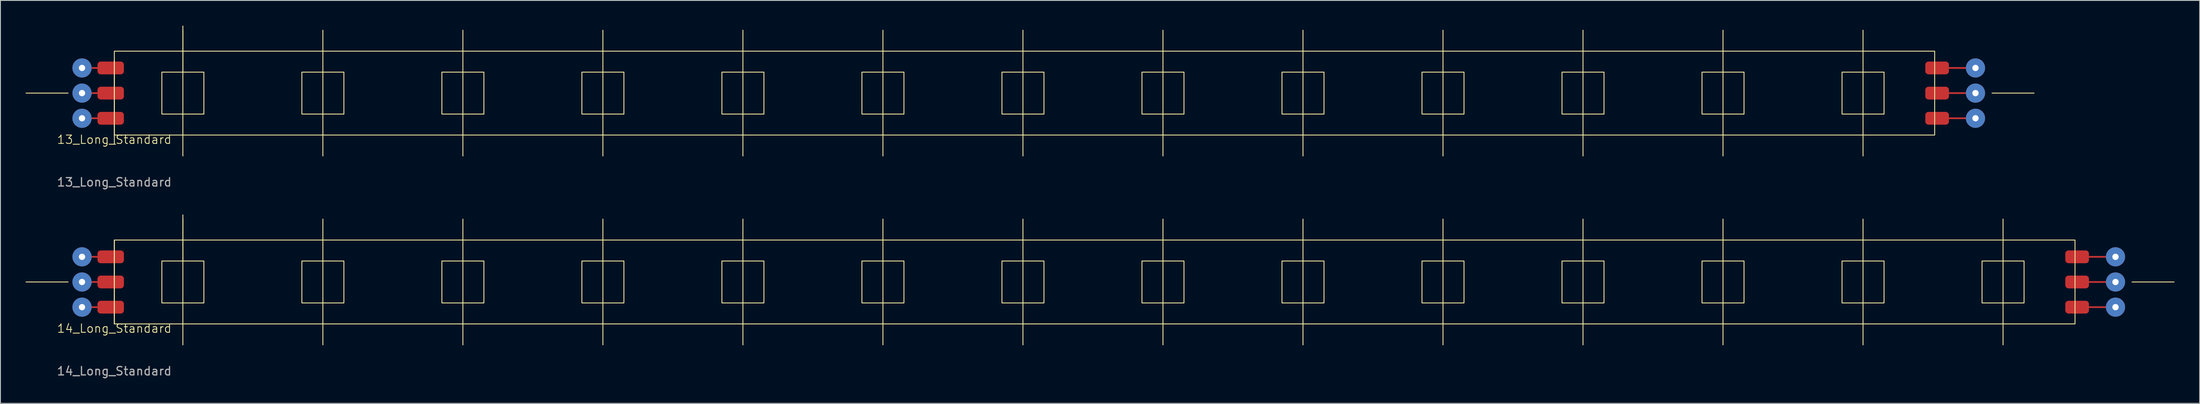
<source format=kicad_pcb>
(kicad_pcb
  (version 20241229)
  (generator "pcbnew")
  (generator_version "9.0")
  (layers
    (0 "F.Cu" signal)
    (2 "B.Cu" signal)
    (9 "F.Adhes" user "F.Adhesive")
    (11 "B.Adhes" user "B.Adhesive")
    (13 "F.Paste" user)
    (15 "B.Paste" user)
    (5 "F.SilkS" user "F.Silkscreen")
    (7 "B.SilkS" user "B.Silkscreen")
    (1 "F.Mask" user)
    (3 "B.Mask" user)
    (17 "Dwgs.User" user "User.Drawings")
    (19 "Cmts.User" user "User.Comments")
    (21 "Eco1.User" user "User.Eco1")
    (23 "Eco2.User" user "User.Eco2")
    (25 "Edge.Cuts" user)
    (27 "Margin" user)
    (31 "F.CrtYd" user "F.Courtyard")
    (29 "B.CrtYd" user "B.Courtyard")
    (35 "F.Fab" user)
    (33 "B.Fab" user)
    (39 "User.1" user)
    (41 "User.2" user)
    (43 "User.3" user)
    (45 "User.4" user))
  (footprint "14_Long_Standard"
    (layer "F.Cu")
    (at 18.708 30.568)
    (property "Reference" "14_Long_Standard" (at -8.158 5.54 0) (unlocked yes) (layer "F.SilkS") (effects (font (size 1 1) (thickness 0.1))))
    (attr smd)
    (fp_line (start -11.015 0) (end -10.158 0) (stroke (width 0.2) (type default)) (layer "F.Cu"))
    (fp_line (start -11 3) (end -10.143 3) (stroke (width 0.2) (type default)) (layer "F.Cu"))
    (fp_line (start -10.857 -3) (end -10 -3) (stroke (width 0.2) (type default)) (layer "F.Cu"))
    (fp_line (start 228.817 0) (end 226.802 0) (stroke (width 0.2) (type default)) (layer "F.Cu"))
    (fp_line (start 228.968 -3) (end 226.802 -3) (stroke (width 0.2) (type default)) (layer "F.Cu"))
    (fp_line (start 229.043 3) (end 226.802 3) (stroke (width 0.2) (type default)) (layer "F.Cu"))
    (fp_line (start -13.658 0) (end -18.658 0) (stroke (width 0.1) (type default)) (layer "F.SilkS"))
    (fp_line (start -8.158 -5) (end -8.158 5) (stroke (width 0.1) (type default)) (layer "F.SilkS"))
    (fp_line (start 0 -2.5) (end 0 -8) (stroke (width 0.1) (type default)) (layer "F.SilkS"))
    (fp_line (start 0 7.5) (end 0 -7.5) (stroke (width 0.1) (type default)) (layer "F.SilkS"))
    (fp_line (start 16.66 7.5) (end 16.66 -7.5) (stroke (width 0.1) (type default)) (layer "F.SilkS"))
    (fp_line (start 33.32 7.5) (end 33.32 -7.5) (stroke (width 0.1) (type default)) (layer "F.SilkS"))
    (fp_line (start 49.98 7.5) (end 49.98 -7.5) (stroke (width 0.1) (type default)) (layer "F.SilkS"))
    (fp_line (start 66.64 7.5) (end 66.64 -7.5) (stroke (width 0.1) (type default)) (layer "F.SilkS"))
    (fp_line (start 83.3 7.5) (end 83.3 -7.5) (stroke (width 0.1) (type default)) (layer "F.SilkS"))
    (fp_line (start 99.96 7.5) (end 99.96 -7.5) (stroke (width 0.1) (type default)) (layer "F.SilkS"))
    (fp_line (start 116.62 7.5) (end 116.62 -7.5) (stroke (width 0.1) (type default)) (layer "F.SilkS"))
    (fp_line (start 133.28 7.5) (end 133.28 -7.5) (stroke (width 0.1) (type default)) (layer "F.SilkS"))
    (fp_line (start 149.94 7.5) (end 149.94 -7.5) (stroke (width 0.1) (type default)) (layer "F.SilkS"))
    (fp_line (start 166.6 7.5) (end 166.6 -7.5) (stroke (width 0.1) (type default)) (layer "F.SilkS"))
    (fp_line (start 183.26 7.5) (end 183.26 -7.5) (stroke (width 0.1) (type default)) (layer "F.SilkS"))
    (fp_line (start 199.92 7.5) (end 199.92 -7.5) (stroke (width 0.1) (type default)) (layer "F.SilkS"))
    (fp_line (start 216.58 7.5) (end 216.58 -7.5) (stroke (width 0.1) (type default)) (layer "F.SilkS"))
    (fp_line (start 231.927 0) (end 236.927 0) (stroke (width 0.1) (type default)) (layer "F.SilkS"))
    (fp_rect (start -8.158 -5) (end 225.142 5) (stroke (width 0.1) (type default)) (fill no) (layer "F.SilkS"))
    (fp_rect (start -2.5 -2.5) (end 2.5 2.5) (stroke (width 0.1) (type default)) (fill no) (layer "F.SilkS"))
    (fp_rect (start 14.16 -2.5) (end 19.16 2.5) (stroke (width 0.1) (type default)) (fill no) (layer "F.SilkS"))
    (fp_rect (start 30.82 -2.5) (end 35.82 2.5) (stroke (width 0.1) (type default)) (fill no) (layer "F.SilkS"))
    (fp_rect (start 47.48 -2.5) (end 52.48 2.5) (stroke (width 0.1) (type default)) (fill no) (layer "F.SilkS"))
    (fp_rect (start 64.14 -2.5) (end 69.14 2.5) (stroke (width 0.1) (type default)) (fill no) (layer "F.SilkS"))
    (fp_rect (start 80.8 -2.5) (end 85.8 2.5) (stroke (width 0.1) (type default)) (fill no) (layer "F.SilkS"))
    (fp_rect (start 97.46 -2.5) (end 102.46 2.5) (stroke (width 0.1) (type default)) (fill no) (layer "F.SilkS"))
    (fp_rect (start 114.12 -2.5) (end 119.12 2.5) (stroke (width 0.1) (type default)) (fill no) (layer "F.SilkS"))
    (fp_rect (start 130.78 -2.5) (end 135.78 2.5) (stroke (width 0.1) (type default)) (fill no) (layer "F.SilkS"))
    (fp_rect (start 147.44 -2.5) (end 152.44 2.5) (stroke (width 0.1) (type default)) (fill no) (layer "F.SilkS"))
    (fp_rect (start 164.1 -2.5) (end 169.1 2.5) (stroke (width 0.1) (type default)) (fill no) (layer "F.SilkS"))
    (fp_rect (start 180.76 -2.5) (end 185.76 2.5) (stroke (width 0.1) (type default)) (fill no) (layer "F.SilkS"))
    (fp_rect (start 197.42 -2.5) (end 202.42 2.5) (stroke (width 0.1) (type default)) (fill no) (layer "F.SilkS"))
    (fp_rect (start 214.08 -2.5) (end 219.08 2.5) (stroke (width 0.1) (type default)) (fill no) (layer "F.SilkS"))
    (fp_text user "${REFERENCE}" (at -8.158 10.62 0) (unlocked yes) (layer "F.Fab") (effects (font (size 1 1) (thickness 0.15))))
    (pad "1" smd roundrect (at -8.586 3) (size 3.143 1.524) (layers "F.Cu" "F.Mask" "F.Paste") (roundrect_rratio 0.25))
    (pad "2" smd roundrect (at -8.586 0) (size 3.143 1.524) (layers "F.Cu" "F.Mask" "F.Paste") (roundrect_rratio 0.25))
    (pad "3" smd roundrect (at -8.586 -3) (size 3.143 1.524) (layers "F.Cu" "F.Mask" "F.Paste") (roundrect_rratio 0.25))
    (pad "4" smd roundrect (at 225.395 3) (size 2.813 1.524) (layers "F.Cu" "F.Mask" "F.Paste") (roundrect_rratio 0.25))
    (pad "5" smd roundrect (at 225.395 0) (size 2.813 1.524) (layers "F.Cu" "F.Mask" "F.Paste") (roundrect_rratio 0.25))
    (pad "6" smd roundrect (at 225.395 -3) (size 2.813 1.524) (layers "F.Cu" "F.Mask" "F.Paste") (roundrect_rratio 0.25))
    (pad "10" thru_hole circle (at -12 -3 90) (size 2.286 2.286) (drill 0.75) (layers "*.Cu" "*.Mask"))
    (pad "10" thru_hole circle (at -12 0 90) (size 2.286 2.286) (drill 0.75) (layers "*.Cu" "*.Mask"))
    (pad "10" thru_hole circle (at -12 3 90) (size 2.286 2.286) (drill 0.75) (layers "*.Cu" "*.Mask"))
    (pad "11" thru_hole circle (at 229.96 -3) (size 2.286 2.286) (drill 0.75) (layers "*.Cu" "*.Mask"))
    (pad "11" thru_hole circle (at 229.96 0) (size 2.286 2.286) (drill 0.75) (layers "*.Cu" "*.Mask"))
    (pad "11" thru_hole circle (at 229.96 3) (size 2.286 2.286) (drill 0.75) (layers "*.Cu" "*.Mask")))
  (footprint "13_Long_Standard"
    (layer "F.Cu")
    (at 18.708 8.05)
    (property "Reference" "13_Long_Standard" (at -8.158 5.54 0) (unlocked yes) (layer "F.SilkS") (effects (font (size 1 1) (thickness 0.1))))
    (attr smd)
    (fp_line (start -11.015 0) (end -10.158 0) (stroke (width 0.2) (type default)) (layer "F.Cu"))
    (fp_line (start -11 3) (end -10.143 3) (stroke (width 0.2) (type default)) (layer "F.Cu"))
    (fp_line (start -10.857 -3) (end -10 -3) (stroke (width 0.2) (type default)) (layer "F.Cu"))
    (fp_line (start 212.157 0) (end 210.142 0) (stroke (width 0.2) (type default)) (layer "F.Cu"))
    (fp_line (start 212.308 -3) (end 210.142 -3) (stroke (width 0.2) (type default)) (layer "F.Cu"))
    (fp_line (start 212.383 3) (end 210.142 3) (stroke (width 0.2) (type default)) (layer "F.Cu"))
    (fp_line (start -13.658 0) (end -18.658 0) (stroke (width 0.1) (type default)) (layer "F.SilkS"))
    (fp_line (start -8.154 -3.936) (end -8.154 6.064) (stroke (width 0.1) (type default)) (layer "F.SilkS"))
    (fp_line (start 0 -2.5) (end 0 -8) (stroke (width 0.1) (type default)) (layer "F.SilkS"))
    (fp_line (start 0 7.5) (end 0 -7.5) (stroke (width 0.1) (type default)) (layer "F.SilkS"))
    (fp_line (start 16.66 7.5) (end 16.66 -7.5) (stroke (width 0.1) (type default)) (layer "F.SilkS"))
    (fp_line (start 33.32 7.5) (end 33.32 -7.5) (stroke (width 0.1) (type default)) (layer "F.SilkS"))
    (fp_line (start 49.98 7.5) (end 49.98 -7.5) (stroke (width 0.1) (type default)) (layer "F.SilkS"))
    (fp_line (start 66.64 7.5) (end 66.64 -7.5) (stroke (width 0.1) (type default)) (layer "F.SilkS"))
    (fp_line (start 83.3 7.5) (end 83.3 -7.5) (stroke (width 0.1) (type default)) (layer "F.SilkS"))
    (fp_line (start 99.96 7.5) (end 99.96 -7.5) (stroke (width 0.1) (type default)) (layer "F.SilkS"))
    (fp_line (start 116.62 7.5) (end 116.62 -7.5) (stroke (width 0.1) (type default)) (layer "F.SilkS"))
    (fp_line (start 133.28 7.5) (end 133.28 -7.5) (stroke (width 0.1) (type default)) (layer "F.SilkS"))
    (fp_line (start 149.94 7.5) (end 149.94 -7.5) (stroke (width 0.1) (type default)) (layer "F.SilkS"))
    (fp_line (start 166.6 7.5) (end 166.6 -7.5) (stroke (width 0.1) (type default)) (layer "F.SilkS"))
    (fp_line (start 183.26 7.5) (end 183.26 -7.5) (stroke (width 0.1) (type default)) (layer "F.SilkS"))
    (fp_line (start 199.92 7.5) (end 199.92 -7.5) (stroke (width 0.1) (type default)) (layer "F.SilkS"))
    (fp_line (start 215.267 0) (end 220.267 0) (stroke (width 0.1) (type default)) (layer "F.SilkS"))
    (fp_rect (start -8.154 -5) (end 208.442 5) (stroke (width 0.1) (type default)) (fill no) (layer "F.SilkS"))
    (fp_rect (start -2.5 -2.5) (end 2.5 2.5) (stroke (width 0.1) (type default)) (fill no) (layer "F.SilkS"))
    (fp_rect (start 14.16 -2.5) (end 19.16 2.5) (stroke (width 0.1) (type default)) (fill no) (layer "F.SilkS"))
    (fp_rect (start 30.82 -2.5) (end 35.82 2.5) (stroke (width 0.1) (type default)) (fill no) (layer "F.SilkS"))
    (fp_rect (start 47.48 -2.5) (end 52.48 2.5) (stroke (width 0.1) (type default)) (fill no) (layer "F.SilkS"))
    (fp_rect (start 64.14 -2.5) (end 69.14 2.5) (stroke (width 0.1) (type default)) (fill no) (layer "F.SilkS"))
    (fp_rect (start 80.8 -2.5) (end 85.8 2.5) (stroke (width 0.1) (type default)) (fill no) (layer "F.SilkS"))
    (fp_rect (start 97.46 -2.5) (end 102.46 2.5) (stroke (width 0.1) (type default)) (fill no) (layer "F.SilkS"))
    (fp_rect (start 114.12 -2.5) (end 119.12 2.5) (stroke (width 0.1) (type default)) (fill no) (layer "F.SilkS"))
    (fp_rect (start 130.78 -2.5) (end 135.78 2.5) (stroke (width 0.1) (type default)) (fill no) (layer "F.SilkS"))
    (fp_rect (start 147.44 -2.5) (end 152.44 2.5) (stroke (width 0.1) (type default)) (fill no) (layer "F.SilkS"))
    (fp_rect (start 164.1 -2.5) (end 169.1 2.5) (stroke (width 0.1) (type default)) (fill no) (layer "F.SilkS"))
    (fp_rect (start 180.76 -2.5) (end 185.76 2.5) (stroke (width 0.1) (type default)) (fill no) (layer "F.SilkS"))
    (fp_rect (start 197.42 -2.5) (end 202.42 2.5) (stroke (width 0.1) (type default)) (fill no) (layer "F.SilkS"))
    (fp_text user "${REFERENCE}" (at -8.158 10.62 0) (unlocked yes) (layer "F.Fab") (effects (font (size 1 1) (thickness 0.15))))
    (pad "1" smd roundrect (at -8.586 3) (size 3.143 1.524) (layers "F.Cu" "F.Mask" "F.Paste") (roundrect_rratio 0.25))
    (pad "2" smd roundrect (at -8.586 0) (size 3.143 1.524) (layers "F.Cu" "F.Mask" "F.Paste") (roundrect_rratio 0.25))
    (pad "3" smd roundrect (at -8.586 -3) (size 3.143 1.524) (layers "F.Cu" "F.Mask" "F.Paste") (roundrect_rratio 0.25))
    (pad "4" smd roundrect (at 208.736 3) (size 2.813 1.524) (layers "F.Cu" "F.Mask" "F.Paste") (roundrect_rratio 0.25))
    (pad "5" smd roundrect (at 208.736 0) (size 2.813 1.524) (layers "F.Cu" "F.Mask" "F.Paste") (roundrect_rratio 0.25))
    (pad "6" smd roundrect (at 208.736 -3) (size 2.813 1.524) (layers "F.Cu" "F.Mask" "F.Paste") (roundrect_rratio 0.25))
    (pad "10" thru_hole circle (at -12 -3 90) (size 2.286 2.286) (drill 0.75) (layers "*.Cu" "*.Mask"))
    (pad "10" thru_hole circle (at -12 0 90) (size 2.286 2.286) (drill 0.75) (layers "*.Cu" "*.Mask"))
    (pad "10" thru_hole circle (at -12 3 90) (size 2.286 2.286) (drill 0.75) (layers "*.Cu" "*.Mask"))
    (pad "11" thru_hole circle (at 213.3 -3) (size 2.286 2.286) (drill 0.75) (layers "*.Cu" "*.Mask"))
    (pad "11" thru_hole circle (at 213.3 0) (size 2.286 2.286) (drill 0.75) (layers "*.Cu" "*.Mask"))
    (pad "11" thru_hole circle (at 213.3 3) (size 2.286 2.286) (drill 0.75) (layers "*.Cu" "*.Mask")))
  (gr_rect
    (start -3 -3)
    (end 258.685 45.036)
    (stroke (width 0.1) (type default))
    (fill no)
    (layer "Edge.Cuts")))
</source>
